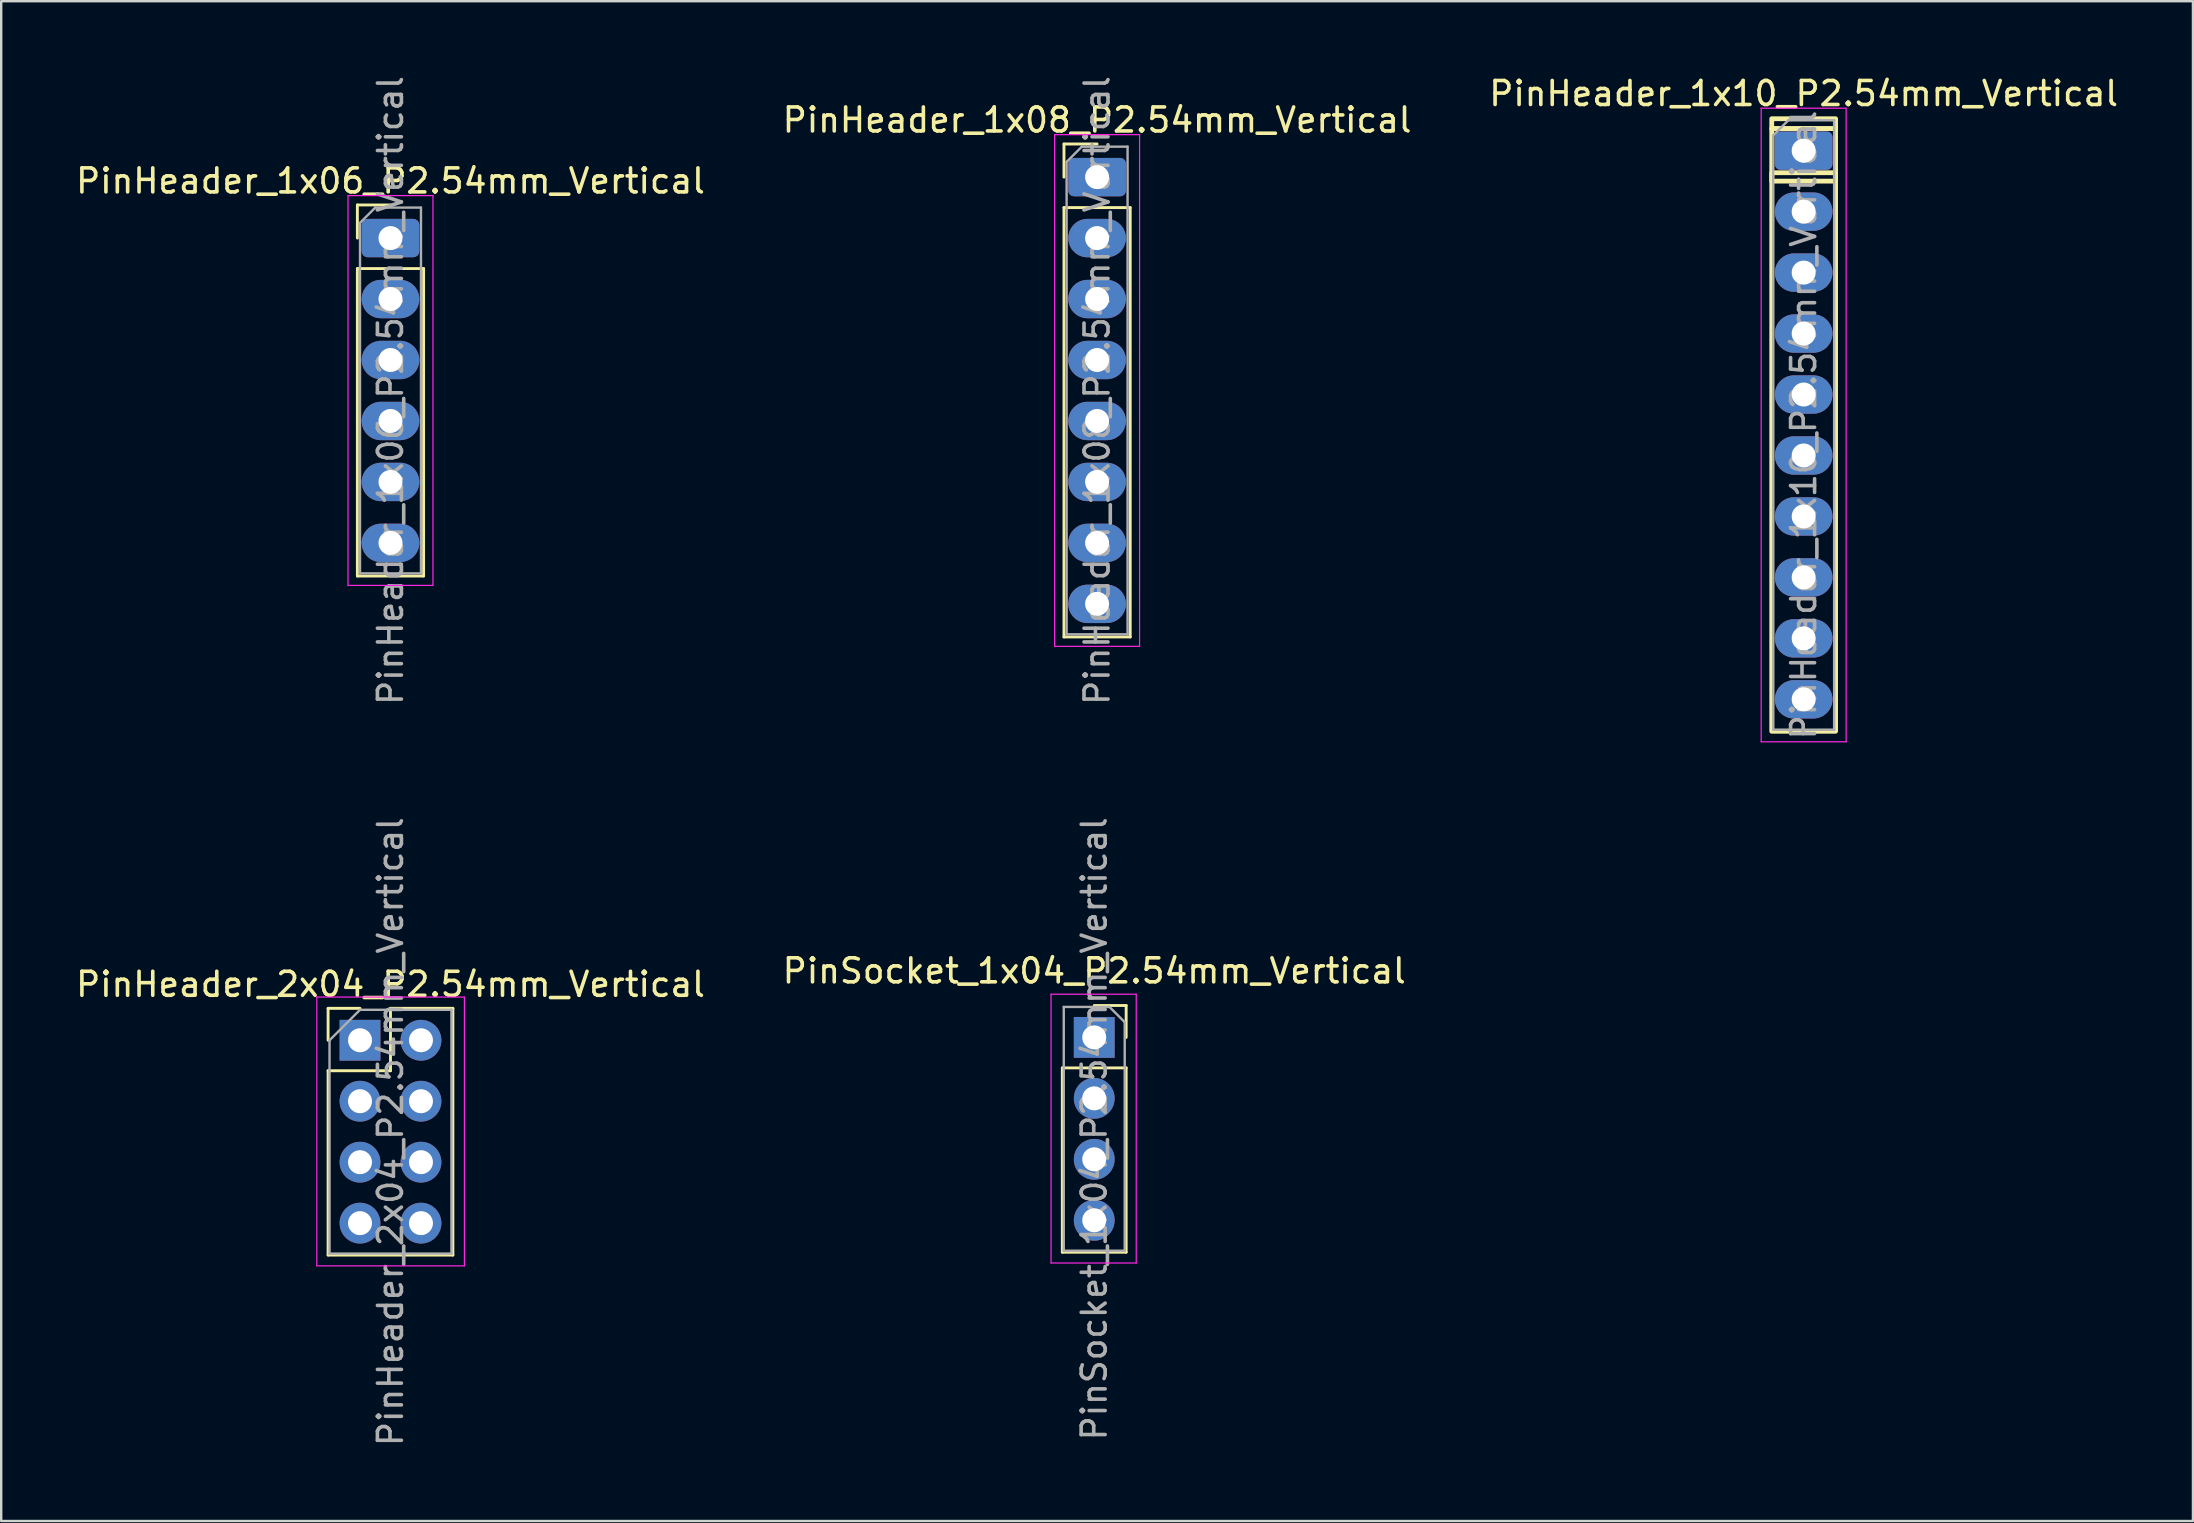
<source format=kicad_pcb>
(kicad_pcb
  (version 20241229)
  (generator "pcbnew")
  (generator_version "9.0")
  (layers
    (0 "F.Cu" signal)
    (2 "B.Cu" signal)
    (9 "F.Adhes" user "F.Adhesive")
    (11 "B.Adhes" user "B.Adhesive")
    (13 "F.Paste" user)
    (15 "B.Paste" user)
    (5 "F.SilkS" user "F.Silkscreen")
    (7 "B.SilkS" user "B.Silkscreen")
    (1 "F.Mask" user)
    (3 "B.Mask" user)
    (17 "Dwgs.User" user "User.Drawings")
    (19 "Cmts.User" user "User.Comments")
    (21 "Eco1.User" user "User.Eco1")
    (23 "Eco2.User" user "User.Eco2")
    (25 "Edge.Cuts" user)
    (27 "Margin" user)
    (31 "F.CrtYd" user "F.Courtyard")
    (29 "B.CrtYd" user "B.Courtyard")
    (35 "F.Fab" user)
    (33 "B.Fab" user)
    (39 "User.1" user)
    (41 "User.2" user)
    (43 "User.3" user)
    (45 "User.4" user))
  (footprint "PinHeader_2x04_P2.54mm_Vertical"
    (layer "F.Cu")
    (at 11.95 40.293)
    (property "Reference" "PinHeader_2x04_P2.54mm_Vertical" (at 1.27 -2.33 0) (layer "F.SilkS") (effects (font (size 1 1) (thickness 0.15))))
    (attr through_hole)
    (fp_line (start -1.33 -1.33) (end 0 -1.33) (stroke (width 0.12) (type solid)) (layer "F.SilkS"))
    (fp_line (start -1.33 0) (end -1.33 -1.33) (stroke (width 0.12) (type solid)) (layer "F.SilkS"))
    (fp_line (start -1.33 1.27) (end -1.33 8.95) (stroke (width 0.12) (type solid)) (layer "F.SilkS"))
    (fp_line (start -1.33 1.27) (end 1.27 1.27) (stroke (width 0.12) (type solid)) (layer "F.SilkS"))
    (fp_line (start -1.33 8.95) (end 3.87 8.95) (stroke (width 0.12) (type solid)) (layer "F.SilkS"))
    (fp_line (start 1.27 -1.33) (end 3.87 -1.33) (stroke (width 0.12) (type solid)) (layer "F.SilkS"))
    (fp_line (start 1.27 1.27) (end 1.27 -1.33) (stroke (width 0.12) (type solid)) (layer "F.SilkS"))
    (fp_line (start 3.87 -1.33) (end 3.87 8.95) (stroke (width 0.12) (type solid)) (layer "F.SilkS"))
    (fp_line (start -1.8 -1.8) (end -1.8 9.4) (stroke (width 0.05) (type solid)) (layer "F.CrtYd"))
    (fp_line (start -1.8 9.4) (end 4.35 9.4) (stroke (width 0.05) (type solid)) (layer "F.CrtYd"))
    (fp_line (start 4.35 -1.8) (end -1.8 -1.8) (stroke (width 0.05) (type solid)) (layer "F.CrtYd"))
    (fp_line (start 4.35 9.4) (end 4.35 -1.8) (stroke (width 0.05) (type solid)) (layer "F.CrtYd"))
    (fp_line (start -1.27 0) (end 0 -1.27) (stroke (width 0.1) (type solid)) (layer "F.Fab"))
    (fp_line (start -1.27 8.89) (end -1.27 0) (stroke (width 0.1) (type solid)) (layer "F.Fab"))
    (fp_line (start 0 -1.27) (end 3.81 -1.27) (stroke (width 0.1) (type solid)) (layer "F.Fab"))
    (fp_line (start 3.81 -1.27) (end 3.81 8.89) (stroke (width 0.1) (type solid)) (layer "F.Fab"))
    (fp_line (start 3.81 8.89) (end -1.27 8.89) (stroke (width 0.1) (type solid)) (layer "F.Fab"))
    (fp_text user "${REFERENCE}" (at 1.27 3.81 90) (layer "F.Fab") (effects (font (size 1 1) (thickness 0.15))))
    (pad "1" thru_hole rect (at 0 0) (size 1.7 1.7) (drill 1) (layers "*.Cu" "*.Mask"))
    (pad "2" thru_hole oval (at 2.54 0) (size 1.7 1.7) (drill 1) (layers "*.Cu" "*.Mask"))
    (pad "3" thru_hole oval (at 0 2.54) (size 1.7 1.7) (drill 1) (layers "*.Cu" "*.Mask"))
    (pad "4" thru_hole oval (at 2.54 2.54) (size 1.7 1.7) (drill 1) (layers "*.Cu" "*.Mask"))
    (pad "5" thru_hole oval (at 0 5.08) (size 1.7 1.7) (drill 1) (layers "*.Cu" "*.Mask"))
    (pad "6" thru_hole oval (at 2.54 5.08) (size 1.7 1.7) (drill 1) (layers "*.Cu" "*.Mask"))
    (pad "7" thru_hole oval (at 0 7.62) (size 1.7 1.7) (drill 1) (layers "*.Cu" "*.Mask"))
    (pad "8" thru_hole oval (at 2.54 7.62) (size 1.7 1.7) (drill 1) (layers "*.Cu" "*.Mask")))
  (footprint "PinSocket_1x04_P2.54mm_Vertical"
    (layer "F.Cu")
    (at 42.542 40.174)
    (property "Reference" "PinSocket_1x04_P2.54mm_Vertical" (at 0 -2.77 0) (layer "F.SilkS") (effects (font (size 1 1) (thickness 0.15))))
    (attr through_hole exclude_from_bom)
    (fp_line (start -1.33 1.27) (end -1.33 8.95) (stroke (width 0.12) (type solid)) (layer "F.SilkS"))
    (fp_line (start -1.33 1.27) (end 1.33 1.27) (stroke (width 0.12) (type solid)) (layer "F.SilkS"))
    (fp_line (start -1.33 8.95) (end 1.33 8.95) (stroke (width 0.12) (type solid)) (layer "F.SilkS"))
    (fp_line (start 0 -1.33) (end 1.33 -1.33) (stroke (width 0.12) (type solid)) (layer "F.SilkS"))
    (fp_line (start 1.33 -1.33) (end 1.33 0) (stroke (width 0.12) (type solid)) (layer "F.SilkS"))
    (fp_line (start 1.33 1.27) (end 1.33 8.95) (stroke (width 0.12) (type solid)) (layer "F.SilkS"))
    (fp_line (start -1.8 -1.8) (end 1.75 -1.8) (stroke (width 0.05) (type solid)) (layer "F.CrtYd"))
    (fp_line (start -1.8 9.4) (end -1.8 -1.8) (stroke (width 0.05) (type solid)) (layer "F.CrtYd"))
    (fp_line (start 1.75 -1.8) (end 1.75 9.4) (stroke (width 0.05) (type solid)) (layer "F.CrtYd"))
    (fp_line (start 1.75 9.4) (end -1.8 9.4) (stroke (width 0.05) (type solid)) (layer "F.CrtYd"))
    (fp_line (start -1.27 -1.27) (end 0.635 -1.27) (stroke (width 0.1) (type solid)) (layer "F.Fab"))
    (fp_line (start -1.27 8.89) (end -1.27 -1.27) (stroke (width 0.1) (type solid)) (layer "F.Fab"))
    (fp_line (start 0.635 -1.27) (end 1.27 -0.635) (stroke (width 0.1) (type solid)) (layer "F.Fab"))
    (fp_line (start 1.27 -0.635) (end 1.27 8.89) (stroke (width 0.1) (type solid)) (layer "F.Fab"))
    (fp_line (start 1.27 8.89) (end -1.27 8.89) (stroke (width 0.1) (type solid)) (layer "F.Fab"))
    (fp_text user "${REFERENCE}" (at 0 3.81 90) (layer "F.Fab") (effects (font (size 1 1) (thickness 0.15))))
    (pad "1" thru_hole rect (at 0 0) (size 1.7 1.7) (drill 1) (layers "*.Cu" "*.Mask"))
    (pad "2" thru_hole oval (at 0 2.54) (size 1.7 1.7) (drill 1) (layers "*.Cu" "*.Mask"))
    (pad "3" thru_hole oval (at 0 5.08) (size 1.7 1.7) (drill 1) (layers "*.Cu" "*.Mask"))
    (pad "4" thru_hole oval (at 0 7.62) (size 1.7 1.7) (drill 1) (layers "*.Cu" "*.Mask")))
  (footprint "PinHeader_1x06_P2.54mm_Vertical"
    (layer "F.Cu")
    (at 13.22 6.87)
    (property "Reference" "PinHeader_1x06_P2.54mm_Vertical" (at 0 -2.38 0) (layer "F.SilkS") (effects (font (size 1 1) (thickness 0.15))))
    (attr through_hole)
    (fp_line (start -1.38 -1.38) (end 0 -1.38) (stroke (width 0.12) (type solid)) (layer "F.SilkS"))
    (fp_line (start -1.38 0) (end -1.38 -1.38) (stroke (width 0.12) (type solid)) (layer "F.SilkS"))
    (fp_line (start -1.38 1.27) (end -1.38 14.08) (stroke (width 0.12) (type solid)) (layer "F.SilkS"))
    (fp_line (start -1.38 1.27) (end 1.38 1.27) (stroke (width 0.12) (type solid)) (layer "F.SilkS"))
    (fp_line (start -1.38 14.08) (end 1.38 14.08) (stroke (width 0.12) (type solid)) (layer "F.SilkS"))
    (fp_line (start 1.38 1.27) (end 1.38 14.08) (stroke (width 0.12) (type solid)) (layer "F.SilkS"))
    (fp_line (start -1.77 -1.77) (end -1.77 14.47) (stroke (width 0.05) (type solid)) (layer "F.CrtYd"))
    (fp_line (start -1.77 14.47) (end 1.77 14.47) (stroke (width 0.05) (type solid)) (layer "F.CrtYd"))
    (fp_line (start 1.77 -1.77) (end -1.77 -1.77) (stroke (width 0.05) (type solid)) (layer "F.CrtYd"))
    (fp_line (start 1.77 14.47) (end 1.77 -1.77) (stroke (width 0.05) (type solid)) (layer "F.CrtYd"))
    (fp_line (start -1.27 -0.635) (end -0.635 -1.27) (stroke (width 0.1) (type solid)) (layer "F.Fab"))
    (fp_line (start -1.27 13.97) (end -1.27 -0.635) (stroke (width 0.1) (type solid)) (layer "F.Fab"))
    (fp_line (start -0.635 -1.27) (end 1.27 -1.27) (stroke (width 0.1) (type solid)) (layer "F.Fab"))
    (fp_line (start 1.27 -1.27) (end 1.27 13.97) (stroke (width 0.1) (type solid)) (layer "F.Fab"))
    (fp_line (start 1.27 13.97) (end -1.27 13.97) (stroke (width 0.1) (type solid)) (layer "F.Fab"))
    (fp_text user "${REFERENCE}" (at 0 6.35 90) (layer "F.Fab") (effects (font (size 1 1) (thickness 0.15))))
    (pad "1" thru_hole roundrect (at 0 0) (size 2.4 1.6) (drill 1) (layers "*.Cu" "*.Mask") (roundrect_rratio 0.156))
    (pad "2" thru_hole oval (at 0 2.54) (size 2.4 1.6) (drill 1) (layers "*.Cu" "*.Mask"))
    (pad "3" thru_hole oval (at 0 5.08) (size 2.4 1.6) (drill 1) (layers "*.Cu" "*.Mask"))
    (pad "4" thru_hole oval (at 0 7.62) (size 2.4 1.6) (drill 1) (layers "*.Cu" "*.Mask"))
    (pad "5" thru_hole oval (at 0 10.16) (size 2.4 1.6) (drill 1) (layers "*.Cu" "*.Mask"))
    (pad "6" thru_hole oval (at 0 12.7) (size 2.4 1.6) (drill 1) (layers "*.Cu" "*.Mask")))
  (footprint "PinHeader_1x10_P2.54mm_Vertical"
    (layer "F.Cu")
    (at 72.101 3.228)
    (property "Reference" "PinHeader_1x10_P2.54mm_Vertical" (at 0 -2.38 0) (layer "F.SilkS") (effects (font (size 1 1) (thickness 0.15))))
    (attr through_hole)
    (fp_rect (start -1.33 -1.33) (end 1.33 -0.92) (stroke (width 0.2) (type solid)) (fill no) (layer "F.SilkS"))
    (fp_rect (start -1.33 -0.92) (end 1.33 24.19) (stroke (width 0.2) (type solid)) (fill no) (layer "F.SilkS"))
    (fp_rect (start -1.33 0.92) (end 1.33 1.27) (stroke (width 0.2) (type solid)) (fill no) (layer "F.SilkS"))
    (fp_line (start -1.77 -1.77) (end -1.77 24.63) (stroke (width 0.05) (type solid)) (layer "F.CrtYd"))
    (fp_line (start -1.77 24.63) (end 1.77 24.63) (stroke (width 0.05) (type solid)) (layer "F.CrtYd"))
    (fp_line (start 1.77 -1.77) (end -1.77 -1.77) (stroke (width 0.05) (type solid)) (layer "F.CrtYd"))
    (fp_line (start 1.77 24.63) (end 1.77 -1.77) (stroke (width 0.05) (type solid)) (layer "F.CrtYd"))
    (fp_line (start -1.27 -0.635) (end -0.635 -1.27) (stroke (width 0.1) (type solid)) (layer "F.Fab"))
    (fp_line (start -1.27 24.13) (end -1.27 -0.635) (stroke (width 0.1) (type solid)) (layer "F.Fab"))
    (fp_line (start -0.635 -1.27) (end 1.27 -1.27) (stroke (width 0.1) (type solid)) (layer "F.Fab"))
    (fp_line (start 1.27 -1.27) (end 1.27 24.13) (stroke (width 0.1) (type solid)) (layer "F.Fab"))
    (fp_line (start 1.27 24.13) (end -1.27 24.13) (stroke (width 0.1) (type solid)) (layer "F.Fab"))
    (fp_text user "${REFERENCE}" (at 0 11.43 90) (layer "F.Fab") (effects (font (size 1 1) (thickness 0.15))))
    (pad "1" thru_hole roundrect (at 0 0) (size 2.4 1.6) (drill 1) (layers "*.Cu" "*.Mask") (roundrect_rratio 0.147))
    (pad "2" thru_hole oval (at 0 2.54) (size 2.4 1.6) (drill 1) (layers "*.Cu" "*.Mask"))
    (pad "3" thru_hole oval (at 0 5.08) (size 2.4 1.6) (drill 1) (layers "*.Cu" "*.Mask"))
    (pad "4" thru_hole oval (at 0 7.62) (size 2.4 1.6) (drill 1) (layers "*.Cu" "*.Mask"))
    (pad "5" thru_hole oval (at 0 10.16) (size 2.4 1.6) (drill 1) (layers "*.Cu" "*.Mask"))
    (pad "6" thru_hole oval (at 0 12.7) (size 2.4 1.6) (drill 1) (layers "*.Cu" "*.Mask"))
    (pad "7" thru_hole oval (at 0 15.24) (size 2.4 1.6) (drill 1) (layers "*.Cu" "*.Mask"))
    (pad "8" thru_hole oval (at 0 17.78) (size 2.4 1.6) (drill 1) (layers "*.Cu" "*.Mask"))
    (pad "9" thru_hole oval (at 0 20.32) (size 2.4 1.6) (drill 1) (layers "*.Cu" "*.Mask"))
    (pad "10" thru_hole oval (at 0 22.86) (size 2.4 1.6) (drill 1) (layers "*.Cu" "*.Mask")))
  (footprint "PinHeader_1x08_P2.54mm_Vertical"
    (layer "F.Cu")
    (at 42.661 4.33)
    (property "Reference" "PinHeader_1x08_P2.54mm_Vertical" (at 0 -2.38 0) (layer "F.SilkS") (effects (font (size 1 1) (thickness 0.15))))
    (attr through_hole)
    (fp_line (start -1.38 -1.38) (end 0 -1.38) (stroke (width 0.12) (type solid)) (layer "F.SilkS"))
    (fp_line (start -1.38 0) (end -1.38 -1.38) (stroke (width 0.12) (type solid)) (layer "F.SilkS"))
    (fp_line (start -1.38 1.27) (end -1.38 19.16) (stroke (width 0.12) (type solid)) (layer "F.SilkS"))
    (fp_line (start -1.38 1.27) (end 1.38 1.27) (stroke (width 0.12) (type solid)) (layer "F.SilkS"))
    (fp_line (start -1.38 19.16) (end 1.38 19.16) (stroke (width 0.12) (type solid)) (layer "F.SilkS"))
    (fp_line (start 1.38 1.27) (end 1.38 19.16) (stroke (width 0.12) (type solid)) (layer "F.SilkS"))
    (fp_line (start -1.77 -1.77) (end -1.77 19.55) (stroke (width 0.05) (type solid)) (layer "F.CrtYd"))
    (fp_line (start -1.77 19.55) (end 1.77 19.55) (stroke (width 0.05) (type solid)) (layer "F.CrtYd"))
    (fp_line (start 1.77 -1.77) (end -1.77 -1.77) (stroke (width 0.05) (type solid)) (layer "F.CrtYd"))
    (fp_line (start 1.77 19.55) (end 1.77 -1.77) (stroke (width 0.05) (type solid)) (layer "F.CrtYd"))
    (fp_line (start -1.27 -0.635) (end -0.635 -1.27) (stroke (width 0.1) (type solid)) (layer "F.Fab"))
    (fp_line (start -1.27 19.05) (end -1.27 -0.635) (stroke (width 0.1) (type solid)) (layer "F.Fab"))
    (fp_line (start -0.635 -1.27) (end 1.27 -1.27) (stroke (width 0.1) (type solid)) (layer "F.Fab"))
    (fp_line (start 1.27 -1.27) (end 1.27 19.05) (stroke (width 0.1) (type solid)) (layer "F.Fab"))
    (fp_line (start 1.27 19.05) (end -1.27 19.05) (stroke (width 0.1) (type solid)) (layer "F.Fab"))
    (fp_text user "${REFERENCE}" (at 0 8.89 90) (layer "F.Fab") (effects (font (size 1 1) (thickness 0.15))))
    (pad "1" thru_hole roundrect (at 0 0) (size 2.4 1.6) (drill 1) (layers "*.Cu" "*.Mask") (roundrect_rratio 0.147))
    (pad "2" thru_hole oval (at 0 2.54) (size 2.4 1.6) (drill 1) (layers "*.Cu" "*.Mask"))
    (pad "3" thru_hole oval (at 0 5.08) (size 2.4 1.6) (drill 1) (layers "*.Cu" "*.Mask"))
    (pad "4" thru_hole oval (at 0 7.62) (size 2.4 1.6) (drill 1) (layers "*.Cu" "*.Mask"))
    (pad "5" thru_hole oval (at 0 10.16) (size 2.4 1.6) (drill 1) (layers "*.Cu" "*.Mask"))
    (pad "6" thru_hole oval (at 0 12.7) (size 2.4 1.6) (drill 1) (layers "*.Cu" "*.Mask"))
    (pad "7" thru_hole oval (at 0 15.24) (size 2.4 1.6) (drill 1) (layers "*.Cu" "*.Mask"))
    (pad "8" thru_hole oval (at 0 17.78) (size 2.4 1.6) (drill 1) (layers "*.Cu" "*.Mask")))
  (gr_rect
    (start -3 -3)
    (end 88.321 60.324)
    (stroke (width 0.1) (type default))
    (fill no)
    (layer "Edge.Cuts")))
</source>
